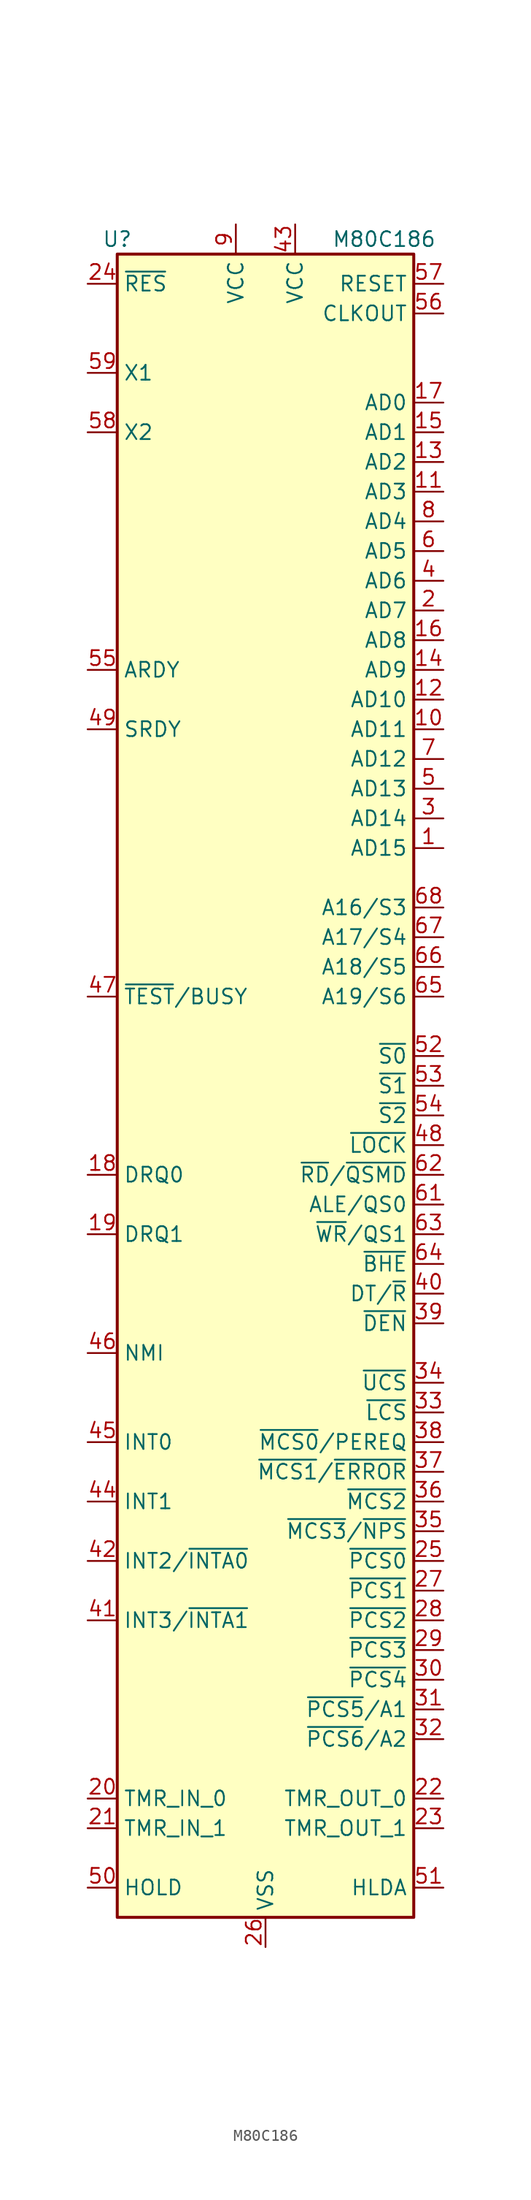
<source format=kicad_sym>
(kicad_symbol_lib
  (version 20241209)
  (generator "kicad_symbol_editor")
  (generator_version "9.0")
  (symbol "M80C186"
    (property "Reference" "U"
      (at -12.7 72.39 0)
      (effects (font (size 1.27 1.27))))
    (property "Value" "M80C186"
      (at 10.16 72.39 0)
      (effects (font (size 1.27 1.27))))
    (symbol "M80C186_0_1"
      (rectangle (start 12.7 -71.12) (end -12.7 71.12) (stroke (width 0.254) (type default)) (fill (type background))))
    (symbol "M80C186_1_1"
      (pin input line (at -15.24 68.58 0) (length 2.54) (name "~{RES}" (effects (font (size 1.27 1.27)))) (number "24" (effects (font (size 1.27 1.27)))))
      (pin input line (at -15.24 60.96 0) (length 2.54) (name "X1" (effects (font (size 1.27 1.27)))) (number "59" (effects (font (size 1.27 1.27)))))
      (pin output line (at -15.24 55.88 0) (length 2.54) (name "X2" (effects (font (size 1.27 1.27)))) (number "58" (effects (font (size 1.27 1.27)))))
      (pin input line (at -15.24 35.56 0) (length 2.54) (name "ARDY" (effects (font (size 1.27 1.27)))) (number "55" (effects (font (size 1.27 1.27)))))
      (pin input line (at -15.24 30.48 0) (length 2.54) (name "SRDY" (effects (font (size 1.27 1.27)))) (number "49" (effects (font (size 1.27 1.27)))))
      (pin input line (at -15.24 7.62 0) (length 2.54) (name "~{TEST}/BUSY" (effects (font (size 1.27 1.27)))) (number "47" (effects (font (size 1.27 1.27)))))
      (pin input line (at -15.24 -7.62 0) (length 2.54) (name "DRQ0" (effects (font (size 1.27 1.27)))) (number "18" (effects (font (size 1.27 1.27)))))
      (pin input line (at -15.24 -12.7 0) (length 2.54) (name "DRQ1" (effects (font (size 1.27 1.27)))) (number "19" (effects (font (size 1.27 1.27)))))
      (pin input line (at -15.24 -22.86 0) (length 2.54) (name "NMI" (effects (font (size 1.27 1.27)))) (number "46" (effects (font (size 1.27 1.27)))))
      (pin input line (at -15.24 -30.48 0) (length 2.54) (name "INT0" (effects (font (size 1.27 1.27)))) (number "45" (effects (font (size 1.27 1.27)))))
      (pin input line (at -15.24 -35.56 0) (length 2.54) (name "INT1" (effects (font (size 1.27 1.27)))) (number "44" (effects (font (size 1.27 1.27)))))
      (pin bidirectional line (at -15.24 -40.64 0) (length 2.54) (name "INT2/~{INTA0}" (effects (font (size 1.27 1.27)))) (number "42" (effects (font (size 1.27 1.27)))))
      (pin bidirectional line (at -15.24 -45.72 0) (length 2.54) (name "INT3/~{INTA1}" (effects (font (size 1.27 1.27)))) (number "41" (effects (font (size 1.27 1.27)))))
      (pin input line (at -15.24 -60.96 0) (length 2.54) (name "TMR_IN_0" (effects (font (size 1.27 1.27)))) (number "20" (effects (font (size 1.27 1.27)))))
      (pin input line (at -15.24 -63.5 0) (length 2.54) (name "TMR_IN_1" (effects (font (size 1.27 1.27)))) (number "21" (effects (font (size 1.27 1.27)))))
      (pin input line (at -15.24 -68.58 0) (length 2.54) (name "HOLD" (effects (font (size 1.27 1.27)))) (number "50" (effects (font (size 1.27 1.27)))))
      (pin power_in line (at -2.54 73.66 270) (length 2.54) (name "VCC" (effects (font (size 1.27 1.27)))) (number "9" (effects (font (size 1.27 1.27)))))
      (pin power_in line (at 0 -73.66 90) (length 2.54) (name "VSS" (effects (font (size 1.27 1.27)))) (number "26" (effects (font (size 1.27 1.27)))))
      (pin passive line (at 0 -73.66 90) (length 2.54) (hide yes) (name "VSS" (effects (font (size 1.27 1.27)))) (number "60" (effects (font (size 1.27 1.27)))))
      (pin power_in line (at 2.54 73.66 270) (length 2.54) (name "VCC" (effects (font (size 1.27 1.27)))) (number "43" (effects (font (size 1.27 1.27)))))
      (pin output line (at 15.24 68.58 180) (length 2.54) (name "RESET" (effects (font (size 1.27 1.27)))) (number "57" (effects (font (size 1.27 1.27)))))
      (pin output line (at 15.24 66.04 180) (length 2.54) (name "CLKOUT" (effects (font (size 1.27 1.27)))) (number "56" (effects (font (size 1.27 1.27)))))
      (pin bidirectional line (at 15.24 58.42 180) (length 2.54) (name "AD0" (effects (font (size 1.27 1.27)))) (number "17" (effects (font (size 1.27 1.27)))))
      (pin bidirectional line (at 15.24 55.88 180) (length 2.54) (name "AD1" (effects (font (size 1.27 1.27)))) (number "15" (effects (font (size 1.27 1.27)))))
      (pin bidirectional line (at 15.24 53.34 180) (length 2.54) (name "AD2" (effects (font (size 1.27 1.27)))) (number "13" (effects (font (size 1.27 1.27)))))
      (pin bidirectional line (at 15.24 50.8 180) (length 2.54) (name "AD3" (effects (font (size 1.27 1.27)))) (number "11" (effects (font (size 1.27 1.27)))))
      (pin bidirectional line (at 15.24 48.26 180) (length 2.54) (name "AD4" (effects (font (size 1.27 1.27)))) (number "8" (effects (font (size 1.27 1.27)))))
      (pin bidirectional line (at 15.24 45.72 180) (length 2.54) (name "AD5" (effects (font (size 1.27 1.27)))) (number "6" (effects (font (size 1.27 1.27)))))
      (pin bidirectional line (at 15.24 43.18 180) (length 2.54) (name "AD6" (effects (font (size 1.27 1.27)))) (number "4" (effects (font (size 1.27 1.27)))))
      (pin bidirectional line (at 15.24 40.64 180) (length 2.54) (name "AD7" (effects (font (size 1.27 1.27)))) (number "2" (effects (font (size 1.27 1.27)))))
      (pin bidirectional line (at 15.24 38.1 180) (length 2.54) (name "AD8" (effects (font (size 1.27 1.27)))) (number "16" (effects (font (size 1.27 1.27)))))
      (pin bidirectional line (at 15.24 35.56 180) (length 2.54) (name "AD9" (effects (font (size 1.27 1.27)))) (number "14" (effects (font (size 1.27 1.27)))))
      (pin bidirectional line (at 15.24 33.02 180) (length 2.54) (name "AD10" (effects (font (size 1.27 1.27)))) (number "12" (effects (font (size 1.27 1.27)))))
      (pin bidirectional line (at 15.24 30.48 180) (length 2.54) (name "AD11" (effects (font (size 1.27 1.27)))) (number "10" (effects (font (size 1.27 1.27)))))
      (pin bidirectional line (at 15.24 27.94 180) (length 2.54) (name "AD12" (effects (font (size 1.27 1.27)))) (number "7" (effects (font (size 1.27 1.27)))))
      (pin bidirectional line (at 15.24 25.4 180) (length 2.54) (name "AD13" (effects (font (size 1.27 1.27)))) (number "5" (effects (font (size 1.27 1.27)))))
      (pin bidirectional line (at 15.24 22.86 180) (length 2.54) (name "AD14" (effects (font (size 1.27 1.27)))) (number "3" (effects (font (size 1.27 1.27)))))
      (pin bidirectional line (at 15.24 20.32 180) (length 2.54) (name "AD15" (effects (font (size 1.27 1.27)))) (number "1" (effects (font (size 1.27 1.27)))))
      (pin output line (at 15.24 15.24 180) (length 2.54) (name "A16/S3" (effects (font (size 1.27 1.27)))) (number "68" (effects (font (size 1.27 1.27)))))
      (pin output line (at 15.24 12.7 180) (length 2.54) (name "A17/S4" (effects (font (size 1.27 1.27)))) (number "67" (effects (font (size 1.27 1.27)))))
      (pin output line (at 15.24 10.16 180) (length 2.54) (name "A18/S5" (effects (font (size 1.27 1.27)))) (number "66" (effects (font (size 1.27 1.27)))))
      (pin output line (at 15.24 7.62 180) (length 2.54) (name "A19/S6" (effects (font (size 1.27 1.27)))) (number "65" (effects (font (size 1.27 1.27)))))
      (pin output line (at 15.24 2.54 180) (length 2.54) (name "~{S0}" (effects (font (size 1.27 1.27)))) (number "52" (effects (font (size 1.27 1.27)))))
      (pin output line (at 15.24 0 180) (length 2.54) (name "~{S1}" (effects (font (size 1.27 1.27)))) (number "53" (effects (font (size 1.27 1.27)))))
      (pin output line (at 15.24 -2.54 180) (length 2.54) (name "~{S2}" (effects (font (size 1.27 1.27)))) (number "54" (effects (font (size 1.27 1.27)))))
      (pin output line (at 15.24 -5.08 180) (length 2.54) (name "~{LOCK}" (effects (font (size 1.27 1.27)))) (number "48" (effects (font (size 1.27 1.27)))))
      (pin output line (at 15.24 -7.62 180) (length 2.54) (name "~{RD}/~{QSMD}" (effects (font (size 1.27 1.27)))) (number "62" (effects (font (size 1.27 1.27)))))
      (pin output line (at 15.24 -10.16 180) (length 2.54) (name "ALE/QS0" (effects (font (size 1.27 1.27)))) (number "61" (effects (font (size 1.27 1.27)))))
      (pin output line (at 15.24 -12.7 180) (length 2.54) (name "~{WR}/QS1" (effects (font (size 1.27 1.27)))) (number "63" (effects (font (size 1.27 1.27)))))
      (pin output line (at 15.24 -15.24 180) (length 2.54) (name "~{BHE}" (effects (font (size 1.27 1.27)))) (number "64" (effects (font (size 1.27 1.27)))))
      (pin output line (at 15.24 -17.78 180) (length 2.54) (name "DT/~{R}" (effects (font (size 1.27 1.27)))) (number "40" (effects (font (size 1.27 1.27)))))
      (pin output line (at 15.24 -20.32 180) (length 2.54) (name "~{DEN}" (effects (font (size 1.27 1.27)))) (number "39" (effects (font (size 1.27 1.27)))))
      (pin output line (at 15.24 -25.4 180) (length 2.54) (name "~{UCS}" (effects (font (size 1.27 1.27)))) (number "34" (effects (font (size 1.27 1.27)))))
      (pin output line (at 15.24 -27.94 180) (length 2.54) (name "~{LCS}" (effects (font (size 1.27 1.27)))) (number "33" (effects (font (size 1.27 1.27)))))
      (pin bidirectional line (at 15.24 -30.48 180) (length 2.54) (name "~{MCS0}/PEREQ" (effects (font (size 1.27 1.27)))) (number "38" (effects (font (size 1.27 1.27)))))
      (pin bidirectional line (at 15.24 -33.02 180) (length 2.54) (name "~{MCS1}/~{ERROR}" (effects (font (size 1.27 1.27)))) (number "37" (effects (font (size 1.27 1.27)))))
      (pin output line (at 15.24 -35.56 180) (length 2.54) (name "~{MCS2}" (effects (font (size 1.27 1.27)))) (number "36" (effects (font (size 1.27 1.27)))))
      (pin output line (at 15.24 -38.1 180) (length 2.54) (name "~{MCS3}/~{NPS}" (effects (font (size 1.27 1.27)))) (number "35" (effects (font (size 1.27 1.27)))))
      (pin output line (at 15.24 -40.64 180) (length 2.54) (name "~{PCS0}" (effects (font (size 1.27 1.27)))) (number "25" (effects (font (size 1.27 1.27)))))
      (pin output line (at 15.24 -43.18 180) (length 2.54) (name "~{PCS1}" (effects (font (size 1.27 1.27)))) (number "27" (effects (font (size 1.27 1.27)))))
      (pin output line (at 15.24 -45.72 180) (length 2.54) (name "~{PCS2}" (effects (font (size 1.27 1.27)))) (number "28" (effects (font (size 1.27 1.27)))))
      (pin output line (at 15.24 -48.26 180) (length 2.54) (name "~{PCS3}" (effects (font (size 1.27 1.27)))) (number "29" (effects (font (size 1.27 1.27)))))
      (pin output line (at 15.24 -50.8 180) (length 2.54) (name "~{PCS4}" (effects (font (size 1.27 1.27)))) (number "30" (effects (font (size 1.27 1.27)))))
      (pin output line (at 15.24 -53.34 180) (length 2.54) (name "~{PCS5}/A1" (effects (font (size 1.27 1.27)))) (number "31" (effects (font (size 1.27 1.27)))))
      (pin output line (at 15.24 -55.88 180) (length 2.54) (name "~{PCS6}/A2" (effects (font (size 1.27 1.27)))) (number "32" (effects (font (size 1.27 1.27)))))
      (pin output line (at 15.24 -60.96 180) (length 2.54) (name "TMR_OUT_0" (effects (font (size 1.27 1.27)))) (number "22" (effects (font (size 1.27 1.27)))))
      (pin output line (at 15.24 -63.5 180) (length 2.54) (name "TMR_OUT_1" (effects (font (size 1.27 1.27)))) (number "23" (effects (font (size 1.27 1.27)))))
      (pin output line (at 15.24 -68.58 180) (length 2.54) (name "HLDA" (effects (font (size 1.27 1.27)))) (number "51" (effects (font (size 1.27 1.27))))))))
</source>
